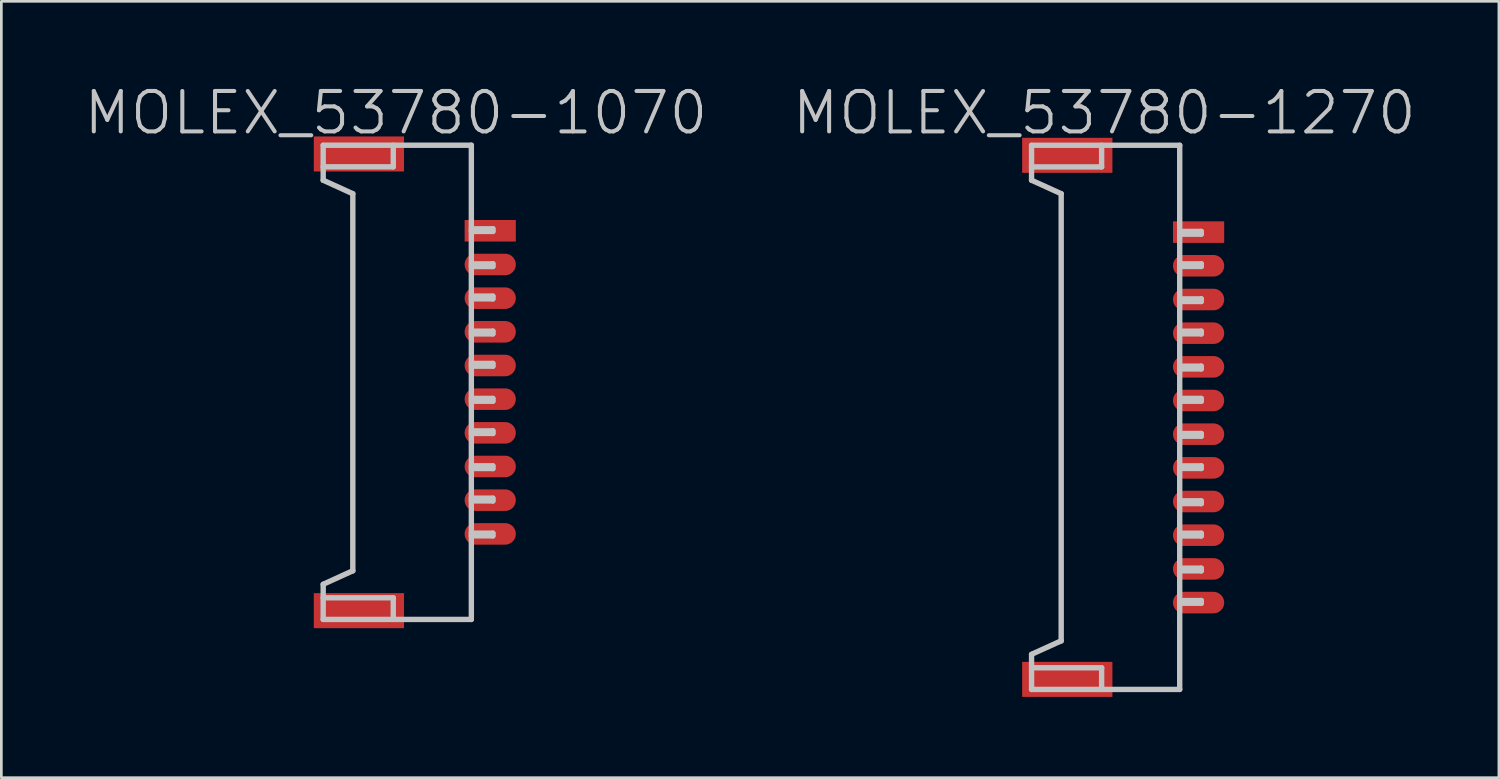
<source format=kicad_pcb>
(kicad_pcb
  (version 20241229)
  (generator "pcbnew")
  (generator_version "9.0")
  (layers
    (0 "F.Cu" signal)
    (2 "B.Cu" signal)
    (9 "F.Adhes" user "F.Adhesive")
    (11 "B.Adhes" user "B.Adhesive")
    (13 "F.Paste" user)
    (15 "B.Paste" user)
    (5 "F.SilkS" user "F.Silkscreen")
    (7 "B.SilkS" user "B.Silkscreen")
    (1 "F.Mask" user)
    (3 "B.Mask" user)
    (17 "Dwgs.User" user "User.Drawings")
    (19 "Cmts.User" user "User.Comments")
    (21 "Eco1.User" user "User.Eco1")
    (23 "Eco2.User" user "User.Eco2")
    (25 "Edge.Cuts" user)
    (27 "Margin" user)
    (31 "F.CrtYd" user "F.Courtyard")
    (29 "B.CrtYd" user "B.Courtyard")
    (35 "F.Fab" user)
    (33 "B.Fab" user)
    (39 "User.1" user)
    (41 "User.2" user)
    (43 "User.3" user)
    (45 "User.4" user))
  (footprint "MOLEX_53780-1070"
    (layer "F.Cu")
    (at 11.646 11.141)
    (property "Reference" "MOLEX_53780-1070" (at 0 -10 180) (layer "Dwgs.User") (effects (font (size 1.5 1.5) (thickness 0.15))))
    (attr smd)
    (fp_line (start -2.7 -7.501) (end -1.6 -7) (stroke (width 0.2) (type solid)) (layer "Dwgs.User"))
    (fp_line (start -2.7 -7.498) (end -2.7 -8.796) (stroke (width 0.2) (type solid)) (layer "Dwgs.User"))
    (fp_line (start -2.7 7.501) (end -2.7 8.799) (stroke (width 0.2) (type solid)) (layer "Dwgs.User"))
    (fp_line (start -1.6 6.995) (end -2.7 7.496) (stroke (width 0.2) (type solid)) (layer "Dwgs.User"))
    (fp_line (start -1.6 7) (end -1.6 -7) (stroke (width 0.2) (type solid)) (layer "Dwgs.User"))
    (fp_line (start -0.099 -8.799) (end -0.099 -7.998) (stroke (width 0.2) (type solid)) (layer "Dwgs.User"))
    (fp_line (start -0.099 -7.998) (end -2.7 -7.998) (stroke (width 0.2) (type solid)) (layer "Dwgs.User"))
    (fp_line (start -0.099 7.998) (end -2.7 7.998) (stroke (width 0.2) (type solid)) (layer "Dwgs.User"))
    (fp_line (start -0.099 8.799) (end -0.099 7.998) (stroke (width 0.2) (type solid)) (layer "Dwgs.User"))
    (fp_line (start 2.799 -8.801) (end -2.7 -8.801) (stroke (width 0.2) (type solid)) (layer "Dwgs.User"))
    (fp_line (start 2.799 -8.801) (end 2.799 8.801) (stroke (width 0.2) (type solid)) (layer "Dwgs.User"))
    (fp_line (start 2.799 -5.697) (end 3.599 -5.697) (stroke (width 0.2) (type solid)) (layer "Dwgs.User"))
    (fp_line (start 2.799 -4.397) (end 3.599 -4.397) (stroke (width 0.2) (type solid)) (layer "Dwgs.User"))
    (fp_line (start 2.799 -1.9) (end 3.599 -1.9) (stroke (width 0.2) (type solid)) (layer "Dwgs.User"))
    (fp_line (start 2.799 -0.701) (end 3.599 -0.701) (stroke (width 0.2) (type solid)) (layer "Dwgs.User"))
    (fp_line (start 2.799 0.701) (end 3.599 0.701) (stroke (width 0.2) (type solid)) (layer "Dwgs.User"))
    (fp_line (start 2.799 3.2) (end 3.599 3.2) (stroke (width 0.2) (type solid)) (layer "Dwgs.User"))
    (fp_line (start 2.799 4.402) (end 3.599 4.402) (stroke (width 0.2) (type solid)) (layer "Dwgs.User"))
    (fp_line (start 2.799 5.697) (end 3.599 5.697) (stroke (width 0.2) (type solid)) (layer "Dwgs.User"))
    (fp_line (start 2.799 8.801) (end -2.7 8.801) (stroke (width 0.2) (type solid)) (layer "Dwgs.User"))
    (fp_line (start 3.599 -5.702) (end 3.599 -5.601) (stroke (width 0.2) (type solid)) (layer "Dwgs.User"))
    (fp_line (start 3.599 -5.601) (end 2.799 -5.601) (stroke (width 0.2) (type solid)) (layer "Dwgs.User"))
    (fp_line (start 3.599 -4.402) (end 3.599 -4.3) (stroke (width 0.2) (type solid)) (layer "Dwgs.User"))
    (fp_line (start 3.599 -4.3) (end 2.799 -4.3) (stroke (width 0.2) (type solid)) (layer "Dwgs.User"))
    (fp_line (start 3.599 -3.2) (end 2.799 -3.2) (stroke (width 0.2) (type solid)) (layer "Dwgs.User"))
    (fp_line (start 3.599 -3.099) (end 2.799 -3.099) (stroke (width 0.2) (type solid)) (layer "Dwgs.User"))
    (fp_line (start 3.599 -3.096) (end 3.599 -3.198) (stroke (width 0.2) (type solid)) (layer "Dwgs.User"))
    (fp_line (start 3.599 -1.9) (end 3.599 -1.798) (stroke (width 0.2) (type solid)) (layer "Dwgs.User"))
    (fp_line (start 3.599 -1.798) (end 2.799 -1.798) (stroke (width 0.2) (type solid)) (layer "Dwgs.User"))
    (fp_line (start 3.599 -0.701) (end 3.599 -0.599) (stroke (width 0.2) (type solid)) (layer "Dwgs.User"))
    (fp_line (start 3.599 -0.599) (end 2.799 -0.599) (stroke (width 0.2) (type solid)) (layer "Dwgs.User"))
    (fp_line (start 3.599 0.599) (end 2.799 0.599) (stroke (width 0.2) (type solid)) (layer "Dwgs.User"))
    (fp_line (start 3.599 0.701) (end 3.599 0.599) (stroke (width 0.2) (type solid)) (layer "Dwgs.User"))
    (fp_line (start 3.599 1.803) (end 2.799 1.803) (stroke (width 0.2) (type solid)) (layer "Dwgs.User"))
    (fp_line (start 3.599 1.897) (end 2.799 1.897) (stroke (width 0.2) (type solid)) (layer "Dwgs.User"))
    (fp_line (start 3.599 1.9) (end 3.599 1.798) (stroke (width 0.2) (type solid)) (layer "Dwgs.User"))
    (fp_line (start 3.599 3.099) (end 2.799 3.099) (stroke (width 0.2) (type solid)) (layer "Dwgs.User"))
    (fp_line (start 3.599 3.104) (end 3.599 3.203) (stroke (width 0.2) (type solid)) (layer "Dwgs.User"))
    (fp_line (start 3.599 4.3) (end 2.799 4.3) (stroke (width 0.2) (type solid)) (layer "Dwgs.User"))
    (fp_line (start 3.599 4.404) (end 3.599 4.303) (stroke (width 0.2) (type solid)) (layer "Dwgs.User"))
    (fp_line (start 3.599 5.598) (end 2.799 5.598) (stroke (width 0.2) (type solid)) (layer "Dwgs.User"))
    (fp_line (start 3.599 5.601) (end 3.599 5.7) (stroke (width 0.2) (type solid)) (layer "Dwgs.User"))
    (pad "" smd rect (at -1.374 -8.476 270) (size 1.3 3.35) (layers "F.Cu" "F.Mask" "F.Paste"))
    (pad "" smd rect (at -1.374 8.476 270) (size 1.3 3.35) (layers "F.Cu" "F.Mask" "F.Paste"))
    (pad "1" smd rect (at 3.5 -5.626 270) (size 0.8 1.9) (layers "F.Cu" "F.Mask" "F.Paste"))
    (pad "2" smd oval (at 3.5 -4.374 270) (size 0.8 1.9) (layers "F.Cu" "F.Mask" "F.Paste"))
    (pad "3" smd oval (at 3.5 -3.124 270) (size 0.8 1.9) (layers "F.Cu" "F.Mask" "F.Paste"))
    (pad "4" smd oval (at 3.5 -1.875 270) (size 0.8 1.9) (layers "F.Cu" "F.Mask" "F.Paste"))
    (pad "5" smd oval (at 3.5 -0.625 270) (size 0.8 1.9) (layers "F.Cu" "F.Mask" "F.Paste"))
    (pad "6" smd oval (at 3.5 0.625 270) (size 0.8 1.9) (layers "F.Cu" "F.Mask" "F.Paste"))
    (pad "7" smd oval (at 3.5 1.875 270) (size 0.8 1.9) (layers "F.Cu" "F.Mask" "F.Paste"))
    (pad "8" smd oval (at 3.5 3.124 270) (size 0.8 1.9) (layers "F.Cu" "F.Mask" "F.Paste"))
    (pad "9" smd oval (at 3.5 4.374 270) (size 0.8 1.9) (layers "F.Cu" "F.Mask" "F.Paste"))
    (pad "10" smd oval (at 3.5 5.626 270) (size 0.8 1.9) (layers "F.Cu" "F.Mask" "F.Paste")))
  (footprint "MOLEX_53780-1270"
    (layer "F.Cu")
    (at 37.939 12.441)
    (property "Reference" "MOLEX_53780-1270" (at 0 -11.3 180) (layer "Dwgs.User") (effects (font (size 1.5 1.5) (thickness 0.15))))
    (attr smd)
    (fp_line (start -2.7 -8.801) (end -1.6 -8.301) (stroke (width 0.2) (type solid)) (layer "Dwgs.User"))
    (fp_line (start -2.7 -8.799) (end -2.7 -10.097) (stroke (width 0.2) (type solid)) (layer "Dwgs.User"))
    (fp_line (start -2.7 8.801) (end -2.7 10.099) (stroke (width 0.2) (type solid)) (layer "Dwgs.User"))
    (fp_line (start -1.6 8.296) (end -2.7 8.796) (stroke (width 0.2) (type solid)) (layer "Dwgs.User"))
    (fp_line (start -1.6 8.301) (end -1.6 -8.301) (stroke (width 0.2) (type solid)) (layer "Dwgs.User"))
    (fp_line (start -0.099 -10.099) (end -0.099 -9.299) (stroke (width 0.2) (type solid)) (layer "Dwgs.User"))
    (fp_line (start -0.099 -9.296) (end -2.7 -9.296) (stroke (width 0.2) (type solid)) (layer "Dwgs.User"))
    (fp_line (start -0.099 10.099) (end -0.099 9.299) (stroke (width 0.2) (type solid)) (layer "Dwgs.User"))
    (fp_line (start -0.097 9.296) (end -2.697 9.296) (stroke (width 0.2) (type solid)) (layer "Dwgs.User"))
    (fp_line (start 2.799 -10.099) (end -2.7 -10.099) (stroke (width 0.2) (type solid)) (layer "Dwgs.User"))
    (fp_line (start 2.799 -10.099) (end 2.799 10.099) (stroke (width 0.2) (type solid)) (layer "Dwgs.User"))
    (fp_line (start 2.799 -6.8) (end 3.599 -6.8) (stroke (width 0.2) (type solid)) (layer "Dwgs.User"))
    (fp_line (start 2.799 -5.697) (end 3.599 -5.697) (stroke (width 0.2) (type solid)) (layer "Dwgs.User"))
    (fp_line (start 2.799 -4.397) (end 3.599 -4.397) (stroke (width 0.2) (type solid)) (layer "Dwgs.User"))
    (fp_line (start 2.799 -1.9) (end 3.599 -1.9) (stroke (width 0.2) (type solid)) (layer "Dwgs.User"))
    (fp_line (start 2.799 -0.701) (end 3.599 -0.701) (stroke (width 0.2) (type solid)) (layer "Dwgs.User"))
    (fp_line (start 2.799 0.701) (end 3.599 0.701) (stroke (width 0.2) (type solid)) (layer "Dwgs.User"))
    (fp_line (start 2.799 3.2) (end 3.599 3.2) (stroke (width 0.2) (type solid)) (layer "Dwgs.User"))
    (fp_line (start 2.799 4.402) (end 3.599 4.402) (stroke (width 0.2) (type solid)) (layer "Dwgs.User"))
    (fp_line (start 2.799 5.697) (end 3.599 5.697) (stroke (width 0.2) (type solid)) (layer "Dwgs.User"))
    (fp_line (start 2.799 6.8) (end 3.599 6.8) (stroke (width 0.2) (type solid)) (layer "Dwgs.User"))
    (fp_line (start 2.799 10.099) (end -2.7 10.099) (stroke (width 0.2) (type solid)) (layer "Dwgs.User"))
    (fp_line (start 3.599 -6.901) (end 2.799 -6.901) (stroke (width 0.2) (type solid)) (layer "Dwgs.User"))
    (fp_line (start 3.599 -6.8) (end 3.599 -6.901) (stroke (width 0.2) (type solid)) (layer "Dwgs.User"))
    (fp_line (start 3.599 -5.702) (end 3.599 -5.601) (stroke (width 0.2) (type solid)) (layer "Dwgs.User"))
    (fp_line (start 3.599 -5.601) (end 2.799 -5.601) (stroke (width 0.2) (type solid)) (layer "Dwgs.User"))
    (fp_line (start 3.599 -4.402) (end 3.599 -4.3) (stroke (width 0.2) (type solid)) (layer "Dwgs.User"))
    (fp_line (start 3.599 -4.3) (end 2.799 -4.3) (stroke (width 0.2) (type solid)) (layer "Dwgs.User"))
    (fp_line (start 3.599 -3.2) (end 2.799 -3.2) (stroke (width 0.2) (type solid)) (layer "Dwgs.User"))
    (fp_line (start 3.599 -3.099) (end 2.799 -3.099) (stroke (width 0.2) (type solid)) (layer "Dwgs.User"))
    (fp_line (start 3.599 -3.096) (end 3.599 -3.198) (stroke (width 0.2) (type solid)) (layer "Dwgs.User"))
    (fp_line (start 3.599 -1.9) (end 3.599 -1.798) (stroke (width 0.2) (type solid)) (layer "Dwgs.User"))
    (fp_line (start 3.599 -1.798) (end 2.799 -1.798) (stroke (width 0.2) (type solid)) (layer "Dwgs.User"))
    (fp_line (start 3.599 -0.701) (end 3.599 -0.599) (stroke (width 0.2) (type solid)) (layer "Dwgs.User"))
    (fp_line (start 3.599 -0.599) (end 2.799 -0.599) (stroke (width 0.2) (type solid)) (layer "Dwgs.User"))
    (fp_line (start 3.599 0.599) (end 2.799 0.599) (stroke (width 0.2) (type solid)) (layer "Dwgs.User"))
    (fp_line (start 3.599 0.701) (end 3.599 0.599) (stroke (width 0.2) (type solid)) (layer "Dwgs.User"))
    (fp_line (start 3.599 1.803) (end 2.799 1.803) (stroke (width 0.2) (type solid)) (layer "Dwgs.User"))
    (fp_line (start 3.599 1.897) (end 2.799 1.897) (stroke (width 0.2) (type solid)) (layer "Dwgs.User"))
    (fp_line (start 3.599 1.9) (end 3.599 1.798) (stroke (width 0.2) (type solid)) (layer "Dwgs.User"))
    (fp_line (start 3.599 3.099) (end 2.799 3.099) (stroke (width 0.2) (type solid)) (layer "Dwgs.User"))
    (fp_line (start 3.599 3.104) (end 3.599 3.203) (stroke (width 0.2) (type solid)) (layer "Dwgs.User"))
    (fp_line (start 3.599 4.3) (end 2.799 4.3) (stroke (width 0.2) (type solid)) (layer "Dwgs.User"))
    (fp_line (start 3.599 4.404) (end 3.599 4.303) (stroke (width 0.2) (type solid)) (layer "Dwgs.User"))
    (fp_line (start 3.599 5.598) (end 2.799 5.598) (stroke (width 0.2) (type solid)) (layer "Dwgs.User"))
    (fp_line (start 3.599 5.601) (end 3.599 5.7) (stroke (width 0.2) (type solid)) (layer "Dwgs.User"))
    (fp_line (start 3.599 6.8) (end 3.599 6.901) (stroke (width 0.2) (type solid)) (layer "Dwgs.User"))
    (fp_line (start 3.599 6.901) (end 2.799 6.901) (stroke (width 0.2) (type solid)) (layer "Dwgs.User"))
    (pad "" smd rect (at -1.374 -9.726 270) (size 1.3 3.35) (layers "F.Cu" "F.Mask" "F.Paste"))
    (pad "" smd rect (at -1.374 9.726 270) (size 1.3 3.35) (layers "F.Cu" "F.Mask" "F.Paste"))
    (pad "1" smd rect (at 3.5 -6.876 270) (size 0.8 1.9) (layers "F.Cu" "F.Mask" "F.Paste"))
    (pad "2" smd oval (at 3.5 -5.626 270) (size 0.8 1.9) (layers "F.Cu" "F.Mask" "F.Paste"))
    (pad "3" smd oval (at 3.5 -4.374 270) (size 0.8 1.9) (layers "F.Cu" "F.Mask" "F.Paste"))
    (pad "4" smd oval (at 3.5 -3.124 270) (size 0.8 1.9) (layers "F.Cu" "F.Mask" "F.Paste"))
    (pad "5" smd oval (at 3.5 -1.875 270) (size 0.8 1.9) (layers "F.Cu" "F.Mask" "F.Paste"))
    (pad "6" smd oval (at 3.5 -0.625 270) (size 0.8 1.9) (layers "F.Cu" "F.Mask" "F.Paste"))
    (pad "7" smd oval (at 3.5 0.625 270) (size 0.8 1.9) (layers "F.Cu" "F.Mask" "F.Paste"))
    (pad "8" smd oval (at 3.5 1.875 270) (size 0.8 1.9) (layers "F.Cu" "F.Mask" "F.Paste"))
    (pad "9" smd oval (at 3.5 3.124 270) (size 0.8 1.9) (layers "F.Cu" "F.Mask" "F.Paste"))
    (pad "10" smd oval (at 3.5 4.374 270) (size 0.8 1.9) (layers "F.Cu" "F.Mask" "F.Paste"))
    (pad "11" smd oval (at 3.5 5.626 270) (size 0.8 1.9) (layers "F.Cu" "F.Mask" "F.Paste"))
    (pad "12" smd oval (at 3.5 6.876 270) (size 0.8 1.9) (layers "F.Cu" "F.Mask" "F.Paste")))
  (gr_rect
    (start -3 -3)
    (end 52.586 25.816)
    (stroke (width 0.1) (type default))
    (fill no)
    (layer "Edge.Cuts")))
</source>
